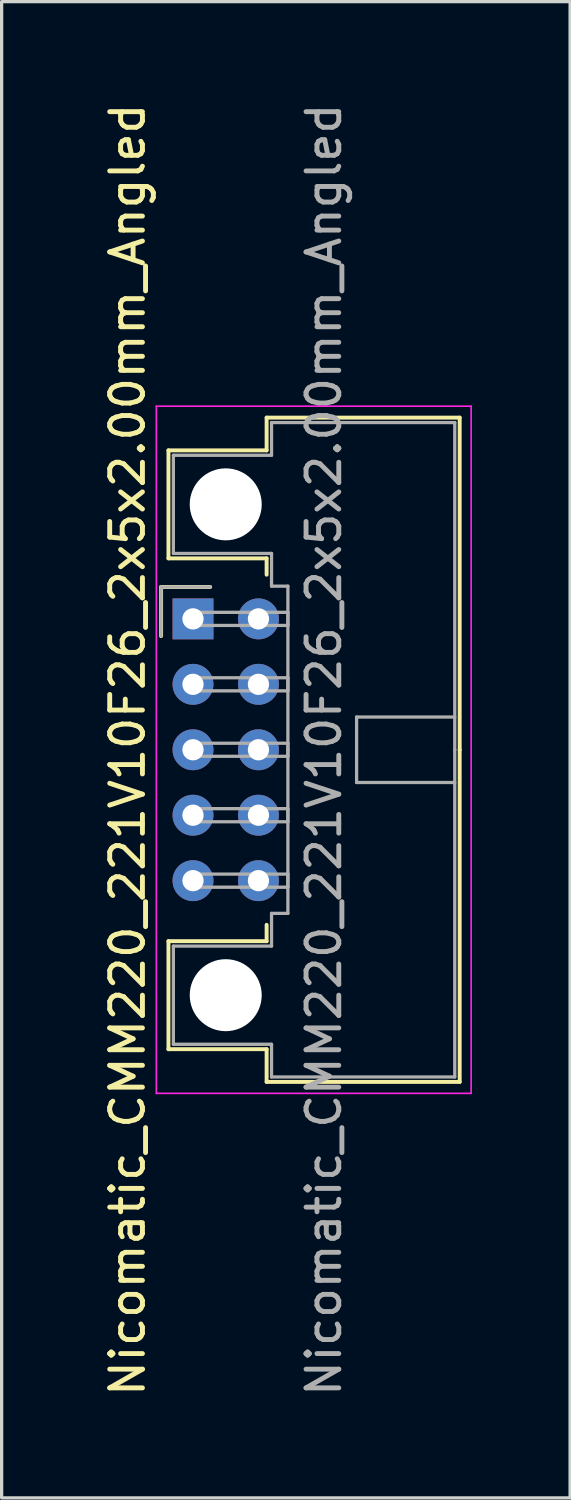
<source format=kicad_pcb>
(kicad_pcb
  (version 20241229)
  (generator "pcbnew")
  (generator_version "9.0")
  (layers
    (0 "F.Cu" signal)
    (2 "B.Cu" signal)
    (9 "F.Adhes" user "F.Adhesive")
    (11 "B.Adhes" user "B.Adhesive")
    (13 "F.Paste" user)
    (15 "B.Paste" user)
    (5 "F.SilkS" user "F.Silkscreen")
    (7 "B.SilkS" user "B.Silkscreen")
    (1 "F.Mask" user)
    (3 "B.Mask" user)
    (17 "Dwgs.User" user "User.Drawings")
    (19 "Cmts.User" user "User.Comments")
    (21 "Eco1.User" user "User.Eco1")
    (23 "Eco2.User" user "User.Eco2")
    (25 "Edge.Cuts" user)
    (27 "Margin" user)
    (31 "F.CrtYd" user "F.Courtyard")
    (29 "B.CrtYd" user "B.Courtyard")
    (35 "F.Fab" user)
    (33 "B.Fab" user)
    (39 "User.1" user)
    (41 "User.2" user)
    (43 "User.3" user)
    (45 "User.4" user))
  (footprint "Nicomatic_CMM220_221V10F26_2x5x2.00mm_Angled"
    (layer "F.Cu")
    (at 2.848 15.863)
    (property "Reference" "Nicomatic_CMM220_221V10F26_2x5x2.00mm_Angled" (at -2 4 90) (layer "F.SilkS") (effects (font (size 1 1) (thickness 0.15))))
    (attr through_hole)
    (fp_line (start -0.975 -0.975) (end -0.975 0.525) (stroke (width 0.12) (type solid)) (layer "F.SilkS"))
    (fp_line (start -0.75 -5.15) (end -0.75 -1.85) (stroke (width 0.12) (type solid)) (layer "F.SilkS"))
    (fp_line (start -0.75 -1.85) (end 2.25 -1.85) (stroke (width 0.12) (type solid)) (layer "F.SilkS"))
    (fp_line (start -0.75 9.85) (end 2.25 9.85) (stroke (width 0.12) (type solid)) (layer "F.SilkS"))
    (fp_line (start -0.75 13.15) (end -0.75 9.85) (stroke (width 0.12) (type solid)) (layer "F.SilkS"))
    (fp_line (start 0.525 -0.975) (end -0.975 -0.975) (stroke (width 0.12) (type solid)) (layer "F.SilkS"))
    (fp_line (start 2.25 -6.15) (end 2.25 -5.15) (stroke (width 0.12) (type solid)) (layer "F.SilkS"))
    (fp_line (start 2.25 -5.15) (end -0.75 -5.15) (stroke (width 0.12) (type solid)) (layer "F.SilkS"))
    (fp_line (start 2.25 -1.85) (end 2.25 -1.35) (stroke (width 0.12) (type solid)) (layer "F.SilkS"))
    (fp_line (start 2.25 9.85) (end 2.25 9.35) (stroke (width 0.12) (type solid)) (layer "F.SilkS"))
    (fp_line (start 2.25 13.15) (end -0.75 13.15) (stroke (width 0.12) (type solid)) (layer "F.SilkS"))
    (fp_line (start 2.25 14.15) (end 2.25 13.15) (stroke (width 0.12) (type solid)) (layer "F.SilkS"))
    (fp_line (start 8.15 -6.15) (end 2.25 -6.15) (stroke (width 0.12) (type solid)) (layer "F.SilkS"))
    (fp_line (start 8.15 4) (end 8.15 -6.15) (stroke (width 0.12) (type solid)) (layer "F.SilkS"))
    (fp_line (start 8.15 4) (end 8.15 14.15) (stroke (width 0.12) (type solid)) (layer "F.SilkS"))
    (fp_line (start 8.15 14.15) (end 2.25 14.15) (stroke (width 0.12) (type solid)) (layer "F.SilkS"))
    (fp_line (start -1.12 -6.5) (end -1.12 14.5) (stroke (width 0.05) (type solid)) (layer "F.CrtYd"))
    (fp_line (start -1.12 14.5) (end 8.5 14.5) (stroke (width 0.05) (type solid)) (layer "F.CrtYd"))
    (fp_line (start 8.5 -6.5) (end -1.12 -6.5) (stroke (width 0.05) (type solid)) (layer "F.CrtYd"))
    (fp_line (start 8.5 14.5) (end 8.5 -6.5) (stroke (width 0.05) (type solid)) (layer "F.CrtYd"))
    (fp_line (start -0.975 -0.975) (end -0.975 0.525) (stroke (width 0.1) (type solid)) (layer "F.Fab"))
    (fp_line (start -0.6 -5) (end -0.6 -2) (stroke (width 0.1) (type solid)) (layer "F.Fab"))
    (fp_line (start -0.6 -2) (end 2.4 -2) (stroke (width 0.1) (type solid)) (layer "F.Fab"))
    (fp_line (start -0.6 10) (end 2.4 10) (stroke (width 0.1) (type solid)) (layer "F.Fab"))
    (fp_line (start -0.6 13) (end -0.6 10) (stroke (width 0.1) (type solid)) (layer "F.Fab"))
    (fp_line (start 0 -0.2) (end 0 0.2) (stroke (width 0.1) (type solid)) (layer "F.Fab"))
    (fp_line (start 0 0.2) (end 2.9 0.2) (stroke (width 0.1) (type solid)) (layer "F.Fab"))
    (fp_line (start 0 1.8) (end 0 2.2) (stroke (width 0.1) (type solid)) (layer "F.Fab"))
    (fp_line (start 0 2.2) (end 2.9 2.2) (stroke (width 0.1) (type solid)) (layer "F.Fab"))
    (fp_line (start 0 3.8) (end 0 4.2) (stroke (width 0.1) (type solid)) (layer "F.Fab"))
    (fp_line (start 0 4.2) (end 2.9 4.2) (stroke (width 0.1) (type solid)) (layer "F.Fab"))
    (fp_line (start 0 5.8) (end 0 6.2) (stroke (width 0.1) (type solid)) (layer "F.Fab"))
    (fp_line (start 0 6.2) (end 2.9 6.2) (stroke (width 0.1) (type solid)) (layer "F.Fab"))
    (fp_line (start 0 7.8) (end 0 8.2) (stroke (width 0.1) (type solid)) (layer "F.Fab"))
    (fp_line (start 0 8.2) (end 2.9 8.2) (stroke (width 0.1) (type solid)) (layer "F.Fab"))
    (fp_line (start 0.525 -0.975) (end -0.975 -0.975) (stroke (width 0.1) (type solid)) (layer "F.Fab"))
    (fp_line (start 2.4 -6) (end 2.4 -5) (stroke (width 0.1) (type solid)) (layer "F.Fab"))
    (fp_line (start 2.4 -5) (end -0.6 -5) (stroke (width 0.1) (type solid)) (layer "F.Fab"))
    (fp_line (start 2.4 -2) (end 2.4 -1) (stroke (width 0.1) (type solid)) (layer "F.Fab"))
    (fp_line (start 2.4 -1) (end 2.9 -1) (stroke (width 0.1) (type solid)) (layer "F.Fab"))
    (fp_line (start 2.4 9) (end 2.9 9) (stroke (width 0.1) (type solid)) (layer "F.Fab"))
    (fp_line (start 2.4 10) (end 2.4 9) (stroke (width 0.1) (type solid)) (layer "F.Fab"))
    (fp_line (start 2.4 13) (end -0.6 13) (stroke (width 0.1) (type solid)) (layer "F.Fab"))
    (fp_line (start 2.4 14) (end 2.4 13) (stroke (width 0.1) (type solid)) (layer "F.Fab"))
    (fp_line (start 2.9 -1) (end 2.9 4) (stroke (width 0.1) (type solid)) (layer "F.Fab"))
    (fp_line (start 2.9 -0.2) (end 0 -0.2) (stroke (width 0.1) (type solid)) (layer "F.Fab"))
    (fp_line (start 2.9 0.2) (end 2.9 -0.2) (stroke (width 0.1) (type solid)) (layer "F.Fab"))
    (fp_line (start 2.9 1.8) (end 0 1.8) (stroke (width 0.1) (type solid)) (layer "F.Fab"))
    (fp_line (start 2.9 2.2) (end 2.9 1.8) (stroke (width 0.1) (type solid)) (layer "F.Fab"))
    (fp_line (start 2.9 3.8) (end 0 3.8) (stroke (width 0.1) (type solid)) (layer "F.Fab"))
    (fp_line (start 2.9 4.2) (end 2.9 3.8) (stroke (width 0.1) (type solid)) (layer "F.Fab"))
    (fp_line (start 2.9 5.8) (end 0 5.8) (stroke (width 0.1) (type solid)) (layer "F.Fab"))
    (fp_line (start 2.9 6.2) (end 2.9 5.8) (stroke (width 0.1) (type solid)) (layer "F.Fab"))
    (fp_line (start 2.9 7.8) (end 0 7.8) (stroke (width 0.1) (type solid)) (layer "F.Fab"))
    (fp_line (start 2.9 8.2) (end 2.9 7.8) (stroke (width 0.1) (type solid)) (layer "F.Fab"))
    (fp_line (start 2.9 9) (end 2.9 4) (stroke (width 0.1) (type solid)) (layer "F.Fab"))
    (fp_line (start 5 3) (end 5 5) (stroke (width 0.1) (type solid)) (layer "F.Fab"))
    (fp_line (start 5 5) (end 8 5) (stroke (width 0.1) (type solid)) (layer "F.Fab"))
    (fp_line (start 8 -6) (end 2.4 -6) (stroke (width 0.1) (type solid)) (layer "F.Fab"))
    (fp_line (start 8 3) (end 5 3) (stroke (width 0.1) (type solid)) (layer "F.Fab"))
    (fp_line (start 8 4) (end 8 -6) (stroke (width 0.1) (type solid)) (layer "F.Fab"))
    (fp_line (start 8 4) (end 8 14) (stroke (width 0.1) (type solid)) (layer "F.Fab"))
    (fp_line (start 8 14) (end 2.4 14) (stroke (width 0.1) (type solid)) (layer "F.Fab"))
    (fp_text user "${REFERENCE}" (at 4 4 90) (layer "F.Fab") (effects (font (size 1 1) (thickness 0.15))))
    (pad "" np_thru_hole circle (at 1 -3.5) (size 2.2 2.2) (drill 2.2) (layers "*.Cu" "*.Mask"))
    (pad "" np_thru_hole circle (at 1 11.5) (size 2.2 2.2) (drill 2.2) (layers "*.Cu" "*.Mask"))
    (pad "1" thru_hole rect (at 0 0) (size 1.25 1.25) (drill 0.65) (layers "*.Cu" "*.Mask"))
    (pad "2" thru_hole oval (at 0 2) (size 1.25 1.25) (drill 0.65) (layers "*.Cu" "*.Mask"))
    (pad "3" thru_hole oval (at 0 4) (size 1.25 1.25) (drill 0.65) (layers "*.Cu" "*.Mask"))
    (pad "4" thru_hole oval (at 0 6) (size 1.25 1.25) (drill 0.65) (layers "*.Cu" "*.Mask"))
    (pad "5" thru_hole oval (at 0 8) (size 1.25 1.25) (drill 0.65) (layers "*.Cu" "*.Mask"))
    (pad "6" thru_hole oval (at 2 0) (size 1.25 1.25) (drill 0.65) (layers "*.Cu" "*.Mask"))
    (pad "7" thru_hole oval (at 2 2) (size 1.25 1.25) (drill 0.65) (layers "*.Cu" "*.Mask"))
    (pad "8" thru_hole oval (at 2 4) (size 1.25 1.25) (drill 0.65) (layers "*.Cu" "*.Mask"))
    (pad "9" thru_hole oval (at 2 6) (size 1.25 1.25) (drill 0.65) (layers "*.Cu" "*.Mask"))
    (pad "10" thru_hole oval (at 2 8) (size 1.25 1.25) (drill 0.65) (layers "*.Cu" "*.Mask")))
  (gr_rect
    (start -3 -3)
    (end 14.373 42.726)
    (stroke (width 0.1) (type default))
    (fill no)
    (layer "Edge.Cuts")))
</source>
